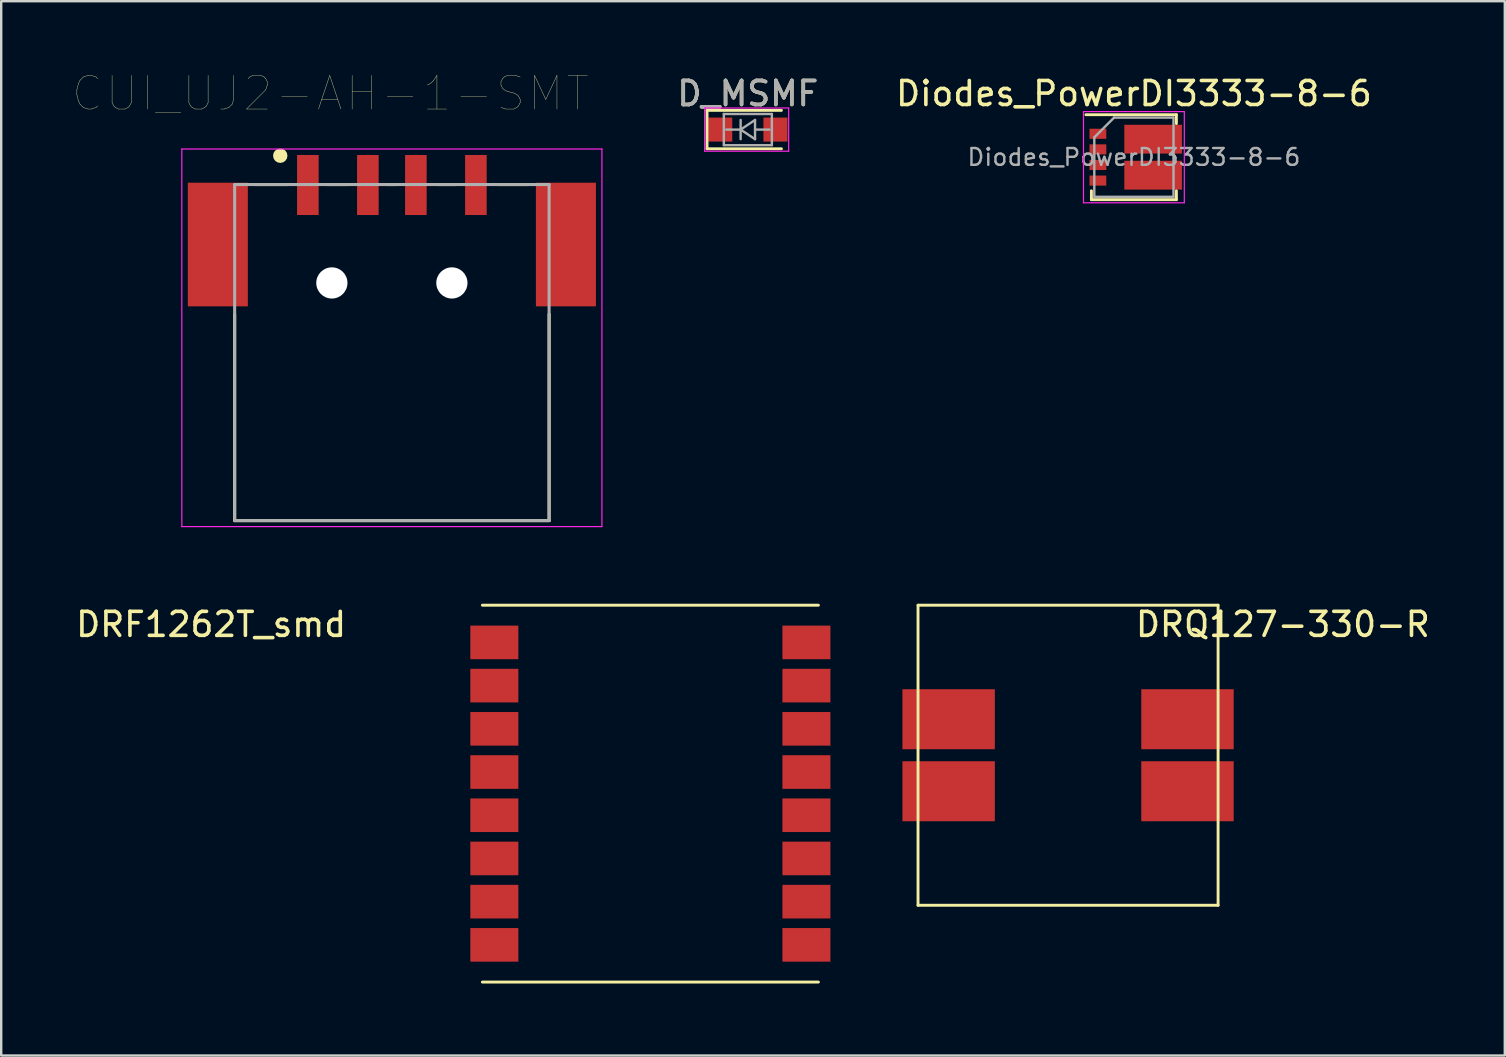
<source format=kicad_pcb>
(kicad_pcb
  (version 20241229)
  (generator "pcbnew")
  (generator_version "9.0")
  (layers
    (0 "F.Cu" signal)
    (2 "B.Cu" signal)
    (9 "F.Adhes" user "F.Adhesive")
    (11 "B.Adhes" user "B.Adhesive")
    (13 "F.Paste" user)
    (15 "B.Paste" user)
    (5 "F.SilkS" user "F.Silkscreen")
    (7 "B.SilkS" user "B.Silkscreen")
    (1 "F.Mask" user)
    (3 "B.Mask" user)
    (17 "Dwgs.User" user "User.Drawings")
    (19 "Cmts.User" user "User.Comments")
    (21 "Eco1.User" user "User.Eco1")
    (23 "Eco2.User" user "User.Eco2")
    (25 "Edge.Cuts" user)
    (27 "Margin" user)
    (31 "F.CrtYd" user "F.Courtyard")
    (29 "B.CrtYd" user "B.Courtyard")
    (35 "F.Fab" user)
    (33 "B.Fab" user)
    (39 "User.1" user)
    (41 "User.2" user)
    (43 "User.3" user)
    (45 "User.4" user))
  (footprint "DRF1262T_smd"
    (layer "F.Cu")
    (at 17.044 22.162)
    (property "Reference" "DRF1262T_smd" (at -11.3 0.8 0) (layer "F.SilkS") (effects (font (size 1 1) (thickness 0.15))))
    (attr through_hole)
    (fp_line (start 0 0) (end 14 0) (stroke (width 0.12) (type solid)) (layer "F.SilkS"))
    (fp_line (start 0 15.7) (end 14 15.7) (stroke (width 0.12) (type solid)) (layer "F.SilkS"))
    (pad "1" smd rect (at 0.5 1.55) (size 2 1.4) (layers "F.Cu" "F.Mask" "F.Paste"))
    (pad "2" smd rect (at 0.5 3.35) (size 2 1.4) (layers "F.Cu" "F.Mask" "F.Paste"))
    (pad "3" smd rect (at 0.5 5.15) (size 2 1.4) (layers "F.Cu" "F.Mask" "F.Paste"))
    (pad "4" smd rect (at 0.5 6.95) (size 2 1.4) (layers "F.Cu" "F.Mask" "F.Paste"))
    (pad "5" smd rect (at 0.5 8.75) (size 2 1.4) (layers "F.Cu" "F.Mask" "F.Paste"))
    (pad "6" smd rect (at 0.5 10.55) (size 2 1.4) (layers "F.Cu" "F.Mask" "F.Paste"))
    (pad "7" smd rect (at 0.5 12.35) (size 2 1.4) (layers "F.Cu" "F.Mask" "F.Paste"))
    (pad "8" smd rect (at 0.5 14.15) (size 2 1.4) (layers "F.Cu" "F.Mask" "F.Paste"))
    (pad "9" smd rect (at 13.5 1.55) (size 2 1.4) (layers "F.Cu" "F.Mask" "F.Paste"))
    (pad "10" smd rect (at 13.5 3.35) (size 2 1.4) (layers "F.Cu" "F.Mask" "F.Paste"))
    (pad "11" smd rect (at 13.5 5.15) (size 2 1.4) (layers "F.Cu" "F.Mask" "F.Paste"))
    (pad "12" smd rect (at 13.5 6.95) (size 2 1.4) (layers "F.Cu" "F.Mask" "F.Paste"))
    (pad "13" smd rect (at 13.5 8.75) (size 2 1.4) (layers "F.Cu" "F.Mask" "F.Paste"))
    (pad "14" smd rect (at 13.5 10.55) (size 2 1.4) (layers "F.Cu" "F.Mask" "F.Paste"))
    (pad "15" smd rect (at 13.5 12.35) (size 2 1.4) (layers "F.Cu" "F.Mask" "F.Paste"))
    (pad "16" smd rect (at 13.5 14.15) (size 2 1.4) (layers "F.Cu" "F.Mask" "F.Paste")))
  (footprint "D_MSMF"
    (layer "F.Cu")
    (at 28.104 2.348)
    (property "Reference" "D_MSMF" (at 0 -1.5 0) (layer "F.SilkS") (effects (font (size 1 1) (thickness 0.15))))
    (attr smd)
    (fp_line (start -1.7 -0.8) (end -1.7 0.8) (stroke (width 0.12) (type solid)) (layer "F.SilkS"))
    (fp_line (start -1.7 -0.8) (end 1.4 -0.8) (stroke (width 0.12) (type solid)) (layer "F.SilkS"))
    (fp_line (start -1.7 0.8) (end 1.4 0.8) (stroke (width 0.12) (type solid)) (layer "F.SilkS"))
    (fp_line (start -1.8 -0.9) (end 1.7 -0.9) (stroke (width 0.05) (type solid)) (layer "F.CrtYd"))
    (fp_line (start -1.8 0.9) (end -1.8 -0.9) (stroke (width 0.05) (type solid)) (layer "F.CrtYd"))
    (fp_line (start 1.7 -0.9) (end 1.7 0.9) (stroke (width 0.05) (type solid)) (layer "F.CrtYd"))
    (fp_line (start 1.7 0.9) (end -1.8 0.9) (stroke (width 0.05) (type solid)) (layer "F.CrtYd"))
    (fp_line (start -1 0.65) (end -1 -0.65) (stroke (width 0.1) (type solid)) (layer "F.Fab"))
    (fp_line (start -0.3 -0.4) (end -0.3 0.4) (stroke (width 0.1) (type solid)) (layer "F.Fab"))
    (fp_line (start -0.3 0) (end -0.9 0) (stroke (width 0.1) (type solid)) (layer "F.Fab"))
    (fp_line (start -0.3 0) (end 0.3 -0.4) (stroke (width 0.1) (type solid)) (layer "F.Fab"))
    (fp_line (start -0.3 0.001) (end 0.3 0.4) (stroke (width 0.1) (type solid)) (layer "F.Fab"))
    (fp_line (start 0.3 0) (end 0.9 0) (stroke (width 0.1) (type solid)) (layer "F.Fab"))
    (fp_line (start 0.3 0.4) (end 0.3 -0.4) (stroke (width 0.1) (type solid)) (layer "F.Fab"))
    (fp_line (start 1 -0.65) (end -1 -0.65) (stroke (width 0.1) (type solid)) (layer "F.Fab"))
    (fp_line (start 1 -0.65) (end 1 0.65) (stroke (width 0.1) (type solid)) (layer "F.Fab"))
    (fp_line (start 1 0.65) (end -1 0.65) (stroke (width 0.1) (type solid)) (layer "F.Fab"))
    (fp_text user "${REFERENCE}" (at 0 -1.5 0) (layer "F.Fab") (effects (font (size 1 1) (thickness 0.15))))
    (pad "1" smd rect (at -1.15 0) (size 1 1) (layers "F.Cu" "F.Mask" "F.Paste"))
    (pad "2" smd rect (at 1.15 0) (size 1 1) (layers "F.Cu" "F.Mask" "F.Paste")))
  (footprint "Diodes_PowerDI3333-8-6"
    (layer "F.Cu")
    (at 44.187 3.498)
    (property "Reference" "Diodes_PowerDI3333-8-6" (at 0 -2.65 0) (layer "F.SilkS") (effects (font (size 1 1) (thickness 0.15))))
    (attr smd)
    (fp_line (start -1.77 1.77) (end -1.77 1.4) (stroke (width 0.12) (type solid)) (layer "F.SilkS"))
    (fp_line (start -1.77 1.77) (end 1.77 1.77) (stroke (width 0.12) (type solid)) (layer "F.SilkS"))
    (fp_line (start 1.77 -1.77) (end -2 -1.77) (stroke (width 0.12) (type solid)) (layer "F.SilkS"))
    (fp_line (start 1.77 -1.77) (end 1.77 -1.4) (stroke (width 0.12) (type solid)) (layer "F.SilkS"))
    (fp_line (start 1.77 1.77) (end 1.77 1.4) (stroke (width 0.12) (type solid)) (layer "F.SilkS"))
    (fp_line (start -2.1 -1.9) (end -2.1 1.9) (stroke (width 0.05) (type solid)) (layer "F.CrtYd"))
    (fp_line (start -2.1 1.9) (end 2.1 1.9) (stroke (width 0.05) (type solid)) (layer "F.CrtYd"))
    (fp_line (start 2.1 -1.9) (end -2.1 -1.9) (stroke (width 0.05) (type solid)) (layer "F.CrtYd"))
    (fp_line (start 2.1 1.9) (end 2.1 -1.9) (stroke (width 0.05) (type solid)) (layer "F.CrtYd"))
    (fp_line (start -1.65 -0.825) (end -1.65 1.65) (stroke (width 0.1) (type solid)) (layer "F.Fab"))
    (fp_line (start -1.65 1.65) (end 1.65 1.65) (stroke (width 0.1) (type solid)) (layer "F.Fab"))
    (fp_line (start -0.825 -1.65) (end -1.65 -0.825) (stroke (width 0.1) (type solid)) (layer "F.Fab"))
    (fp_line (start 1.65 -1.65) (end -0.825 -1.65) (stroke (width 0.1) (type solid)) (layer "F.Fab"))
    (fp_line (start 1.65 1.65) (end 1.65 -1.65) (stroke (width 0.1) (type solid)) (layer "F.Fab"))
    (fp_text user "${REFERENCE}" (at 0 0 0) (layer "F.Fab") (effects (font (size 0.7 0.7) (thickness 0.1))))
    (pad "" smd rect (at 0 -0.8) (size 0.6 1) (layers "F.Paste"))
    (pad "" smd rect (at 0 0.8) (size 0.6 1) (layers "F.Paste"))
    (pad "" smd rect (at 0.8 -0.8) (size 0.6 1) (layers "F.Paste"))
    (pad "" smd rect (at 0.8 0.8) (size 0.6 1) (layers "F.Paste"))
    (pad "" smd rect (at 1.6 -0.8) (size 0.6 1) (layers "F.Paste"))
    (pad "" smd rect (at 1.6 0.8) (size 0.6 1) (layers "F.Paste"))
    (pad "1" smd rect (at -1.5 -0.975) (size 0.7 0.42) (layers "F.Cu" "F.Mask" "F.Paste"))
    (pad "2" smd rect (at -1.5 -0.325) (size 0.7 0.42) (layers "F.Cu" "F.Mask" "F.Paste"))
    (pad "3" smd rect (at -1.5 0.325) (size 0.7 0.42) (layers "F.Cu" "F.Mask" "F.Paste"))
    (pad "4" smd rect (at -1.5 0.975) (size 0.7 0.42) (layers "F.Cu" "F.Mask" "F.Paste"))
    (pad "5" smd rect (at 0.8 -0.75) (size 2.4 1.2) (layers "F.Cu" "F.Mask"))
    (pad "6" smd rect (at 0.8 0.75) (size 2.4 1.2) (layers "F.Cu" "F.Mask")))
  (footprint "CUI_UJ2-AH-1-SMT"
    (layer "F.Cu")
    (at 13.275 8.737)
    (property "Reference" "CUI_UJ2-AH-1-SMT" (at -2.556 -7.892 0) (layer "F.SilkS") (effects (font (size 1.4 1.4) (thickness 0.015))))
    (attr through_hole)
    (fp_line (start -6.55 1.3) (end -6.55 9.9) (stroke (width 0.127) (type solid)) (layer "F.SilkS"))
    (fp_line (start -6.55 9.9) (end 6.55 9.9) (stroke (width 0.127) (type solid)) (layer "F.SilkS"))
    (fp_line (start -4.3 -4.1) (end -5.7 -4.1) (stroke (width 0.127) (type solid)) (layer "F.SilkS"))
    (fp_line (start -2.7 -4.1) (end -1.8 -4.1) (stroke (width 0.127) (type solid)) (layer "F.SilkS"))
    (fp_line (start -0.2 -4.1) (end 0.2 -4.1) (stroke (width 0.127) (type solid)) (layer "F.SilkS"))
    (fp_line (start 1.9 -4.1) (end 2.7 -4.1) (stroke (width 0.127) (type solid)) (layer "F.SilkS"))
    (fp_line (start 4.4 -4.1) (end 5.7 -4.1) (stroke (width 0.127) (type solid)) (layer "F.SilkS"))
    (fp_line (start 6.55 9.9) (end 6.55 1.3) (stroke (width 0.127) (type solid)) (layer "F.SilkS"))
    (fp_circle (center -4.65 -5.3) (end -4.5 -5.3) (stroke (width 0.3) (type solid)) (fill no) (layer "F.SilkS"))
    (fp_line (start -8.75 -5.58) (end 8.75 -5.58) (stroke (width 0.05) (type solid)) (layer "F.CrtYd"))
    (fp_line (start -8.75 10.15) (end -8.75 -5.58) (stroke (width 0.05) (type solid)) (layer "F.CrtYd"))
    (fp_line (start 8.75 -5.58) (end 8.75 10.15) (stroke (width 0.05) (type solid)) (layer "F.CrtYd"))
    (fp_line (start 8.75 10.15) (end -8.75 10.15) (stroke (width 0.05) (type solid)) (layer "F.CrtYd"))
    (fp_line (start -6.55 -4.1) (end 6.55 -4.1) (stroke (width 0.127) (type solid)) (layer "F.Fab"))
    (fp_line (start -6.55 9.9) (end -6.55 -4.1) (stroke (width 0.127) (type solid)) (layer "F.Fab"))
    (fp_line (start 6.55 -4.1) (end 6.55 9.9) (stroke (width 0.127) (type solid)) (layer "F.Fab"))
    (fp_line (start 6.55 9.9) (end -6.55 9.9) (stroke (width 0.127) (type solid)) (layer "F.Fab"))
    (pad "" np_thru_hole circle (at -2.5 0) (size 1.3 1.3) (drill 1.3) (layers "*.Cu" "*.Mask"))
    (pad "" np_thru_hole circle (at 2.5 0) (size 1.3 1.3) (drill 1.3) (layers "*.Cu" "*.Mask"))
    (pad "1" smd rect (at -3.5 -4.08) (size 0.9 2.5) (layers "F.Cu" "F.Mask" "F.Paste"))
    (pad "2" smd rect (at -1 -4.08) (size 0.9 2.5) (layers "F.Cu" "F.Mask" "F.Paste"))
    (pad "3" smd rect (at 1 -4.08) (size 0.9 2.5) (layers "F.Cu" "F.Mask" "F.Paste"))
    (pad "4" smd rect (at 3.5 -4.08) (size 0.9 2.5) (layers "F.Cu" "F.Mask" "F.Paste"))
    (pad "S1" smd rect (at -7.25 -1.6) (size 2.5 5.15) (layers "F.Cu" "F.Mask" "F.Paste"))
    (pad "S2" smd rect (at 7.25 -1.6) (size 2.5 5.15) (layers "F.Cu" "F.Mask" "F.Paste")))
  (footprint "DRQ127-330-R"
    (layer "F.Cu")
    (at 35.194 22.162)
    (property "Reference" "DRQ127-330-R" (at 15.2 0.8 0) (layer "F.SilkS") (effects (font (size 1 1) (thickness 0.15))))
    (attr through_hole)
    (fp_line (start 0 0) (end 0 12.5) (stroke (width 0.12) (type solid)) (layer "F.SilkS"))
    (fp_line (start 0 0) (end 12.5 0) (stroke (width 0.12) (type solid)) (layer "F.SilkS"))
    (fp_line (start 12.5 0) (end 12.5 12.5) (stroke (width 0.12) (type solid)) (layer "F.SilkS"))
    (fp_line (start 12.5 12.5) (end 0 12.5) (stroke (width 0.12) (type solid)) (layer "F.SilkS"))
    (pad "1" smd rect (at -0.65 4.75) (size 3.85 2.5) (drill (offset 1.925 0)) (layers "F.Cu" "F.Mask" "F.Paste"))
    (pad "2" smd rect (at -0.65 7.75) (size 3.85 2.5) (drill (offset 1.925 0)) (layers "F.Cu" "F.Mask" "F.Paste"))
    (pad "3" smd rect (at 13.15 7.75 180) (size 3.85 2.5) (drill (offset 1.925 0)) (layers "F.Cu" "F.Mask" "F.Paste"))
    (pad "4" smd rect (at 13.15 4.75 180) (size 3.85 2.5) (drill (offset 1.925 0)) (layers "F.Cu" "F.Mask" "F.Paste")))
  (gr_rect
    (start -3 -3)
    (end 59.638 40.922)
    (stroke (width 0.1) (type default))
    (fill no)
    (layer "Edge.Cuts")))
</source>
